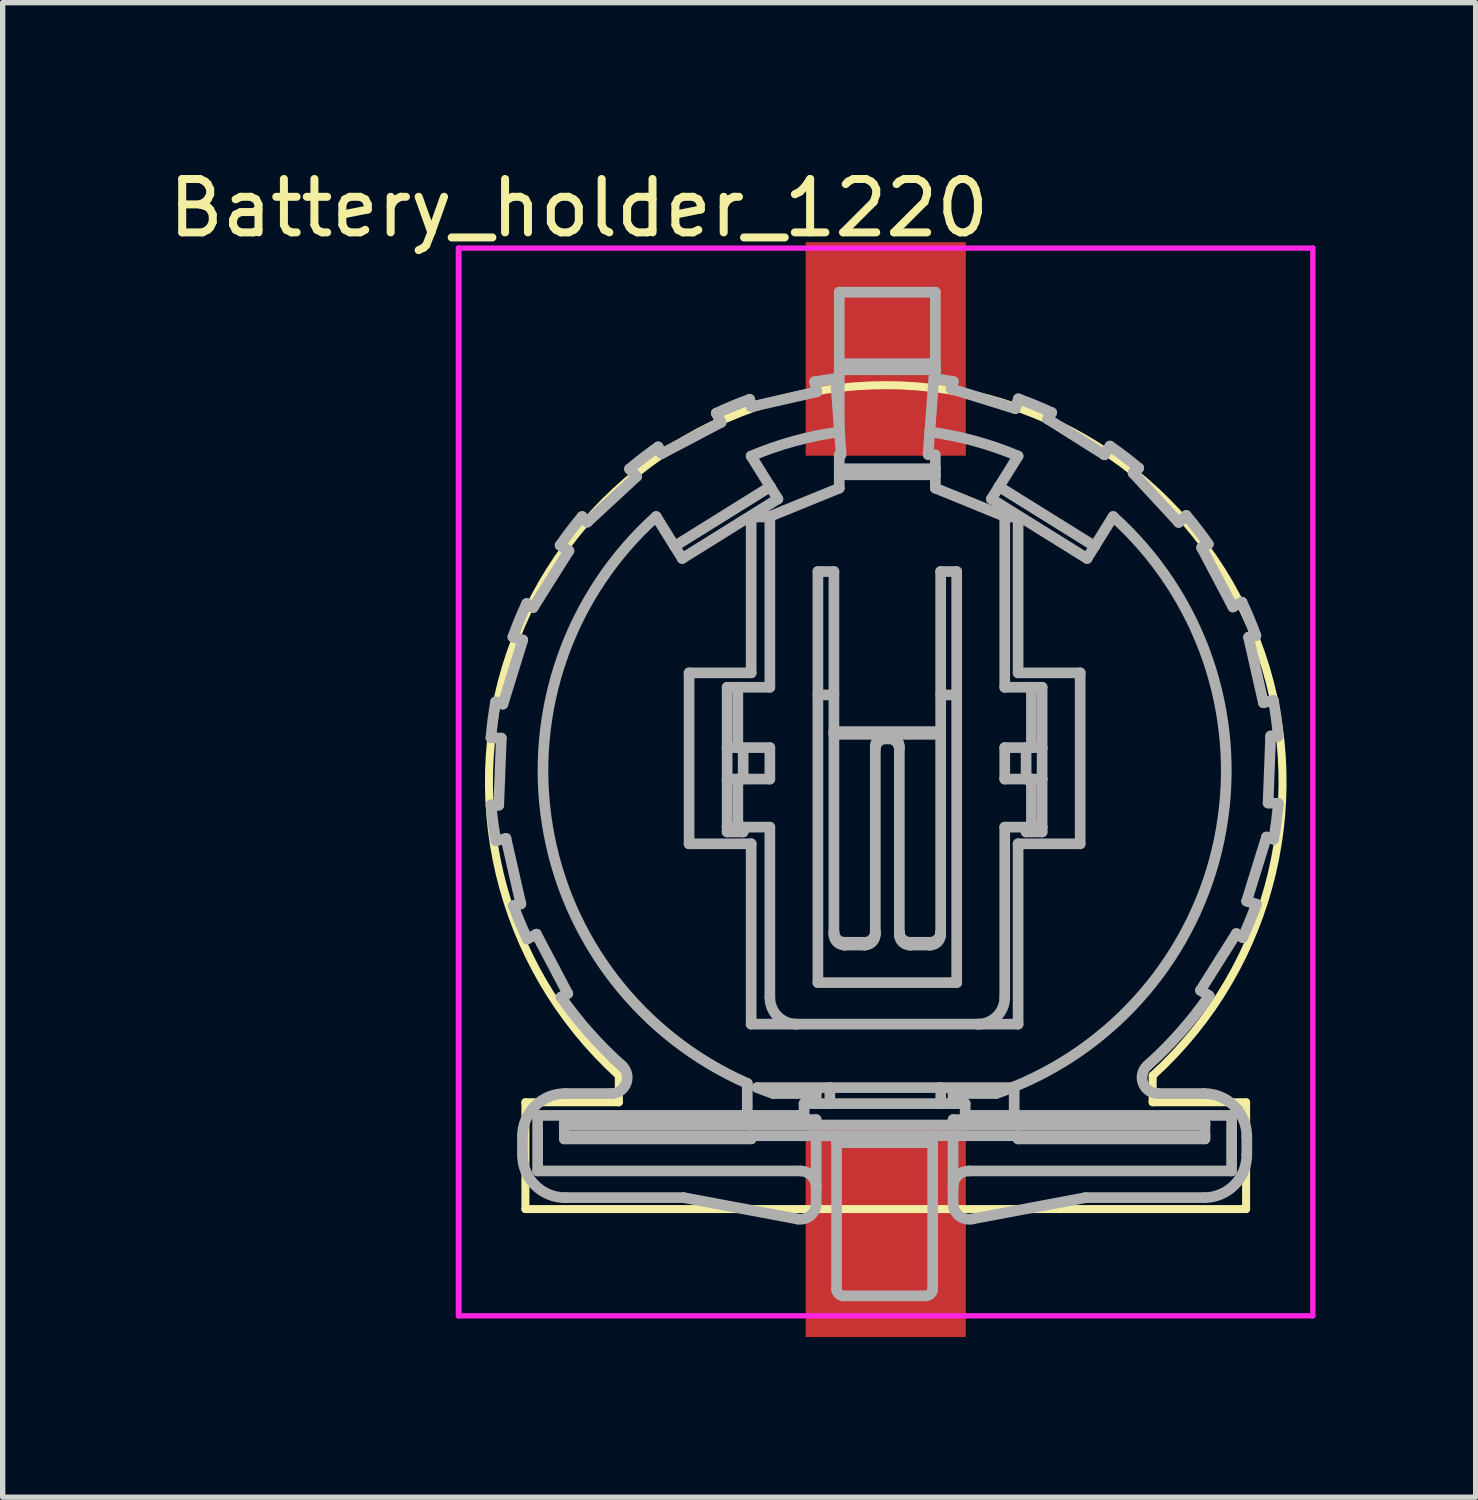
<source format=kicad_pcb>
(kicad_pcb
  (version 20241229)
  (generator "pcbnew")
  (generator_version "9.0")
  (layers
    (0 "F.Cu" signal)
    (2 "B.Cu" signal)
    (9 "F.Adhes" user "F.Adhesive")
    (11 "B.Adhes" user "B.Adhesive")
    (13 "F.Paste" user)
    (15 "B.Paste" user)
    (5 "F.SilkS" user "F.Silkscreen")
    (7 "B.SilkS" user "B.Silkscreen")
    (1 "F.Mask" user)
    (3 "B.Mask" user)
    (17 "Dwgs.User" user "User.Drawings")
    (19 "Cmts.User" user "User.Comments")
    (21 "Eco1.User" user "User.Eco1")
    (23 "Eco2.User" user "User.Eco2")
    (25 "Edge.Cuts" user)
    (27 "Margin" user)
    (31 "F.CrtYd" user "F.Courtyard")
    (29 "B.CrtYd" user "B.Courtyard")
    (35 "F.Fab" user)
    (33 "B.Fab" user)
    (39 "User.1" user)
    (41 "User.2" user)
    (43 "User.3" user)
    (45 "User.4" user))
  (footprint "Battery_holder_1220"
    (layer "F.Cu")
    (at 13.542 10.598)
    (property "Reference" "Battery_holder_1220" (at -5.75 -9.75 0) (layer "F.SilkS") (effects (font (size 1 1) (thickness 0.15))))
    (attr through_hole)
    (fp_line (start -6.75 7) (end -6.75 9) (stroke (width 0.15) (type solid)) (layer "F.SilkS"))
    (fp_line (start -6.75 9) (end 6.75 9) (stroke (width 0.15) (type solid)) (layer "F.SilkS"))
    (fp_line (start -5 6.5) (end -5 7) (stroke (width 0.15) (type solid)) (layer "F.SilkS"))
    (fp_line (start -5 7) (end -6.75 7) (stroke (width 0.15) (type solid)) (layer "F.SilkS"))
    (fp_line (start 5 7) (end 5 6.5) (stroke (width 0.15) (type solid)) (layer "F.SilkS"))
    (fp_line (start 6.75 7) (end 5 7) (stroke (width 0.15) (type solid)) (layer "F.SilkS"))
    (fp_line (start 6.75 9) (end 6.75 7) (stroke (width 0.15) (type solid)) (layer "F.SilkS"))
    (fp_arc (start -4.999999 6.499999) (mid 0 -6.433033) (end 4.999999 6.499999) (stroke (width 0.15) (type solid)) (layer "F.SilkS"))
    (fp_line (start -8 -9) (end 8 -9) (stroke (width 0.1) (type solid)) (layer "F.CrtYd"))
    (fp_line (start -8 11) (end -8 -9) (stroke (width 0.11) (type solid)) (layer "F.CrtYd"))
    (fp_line (start 8 -9) (end 8 11) (stroke (width 0.1) (type solid)) (layer "F.CrtYd"))
    (fp_line (start 8 11) (end -8 11) (stroke (width 0.1) (type solid)) (layer "F.CrtYd"))
    (fp_line (start -7.395 0.171) (end -7.201 0.179) (stroke (width 0.2) (type solid)) (layer "F.Fab"))
    (fp_line (start -7.303 2.101) (end -7.114 2.058) (stroke (width 0.2) (type solid)) (layer "F.Fab"))
    (fp_line (start -7.25 1.435) (end -7.393 1.429) (stroke (width 0.2) (type solid)) (layer "F.Fab"))
    (fp_line (start -7.201 0.179) (end -7.25 1.435) (stroke (width 0.2) (type solid)) (layer "F.Fab"))
    (fp_line (start -7.171 -0.458) (end -7.308 -0.501) (stroke (width 0.2) (type solid)) (layer "F.Fab"))
    (fp_line (start -7.114 2.058) (end -6.835 3.284) (stroke (width 0.2) (type solid)) (layer "F.Fab"))
    (fp_line (start -6.985 -1.717) (end -6.799 -1.659) (stroke (width 0.2) (type solid)) (layer "F.Fab"))
    (fp_line (start -6.835 3.284) (end -6.975 3.316) (stroke (width 0.2) (type solid)) (layer "F.Fab"))
    (fp_line (start -6.805 7.986) (end -6.805 7.636) (stroke (width 0.2) (type solid)) (layer "F.Fab"))
    (fp_line (start -6.799 -1.659) (end -7.171 -0.458) (stroke (width 0.2) (type solid)) (layer "F.Fab"))
    (fp_line (start -6.715 3.941) (end -6.543 3.851) (stroke (width 0.2) (type solid)) (layer "F.Fab"))
    (fp_line (start -6.605 -2.267) (end -6.727 -2.343) (stroke (width 0.2) (type solid)) (layer "F.Fab"))
    (fp_line (start -6.543 3.851) (end -5.957 4.963) (stroke (width 0.2) (type solid)) (layer "F.Fab"))
    (fp_line (start -6.521 8.286) (end -6.521 7.246) (stroke (width 0.2) (type solid)) (layer "F.Fab"))
    (fp_line (start -6.521 8.286) (end -1.603 8.286) (stroke (width 0.2) (type solid)) (layer "F.Fab"))
    (fp_line (start -6.1 -3.434) (end -5.935 -3.331) (stroke (width 0.2) (type solid)) (layer "F.Fab"))
    (fp_line (start -6.021 7.386) (end -2.521 7.386) (stroke (width 0.2) (type solid)) (layer "F.Fab"))
    (fp_line (start -6.021 7.426) (end -6.021 7.386) (stroke (width 0.2) (type solid)) (layer "F.Fab"))
    (fp_line (start -6.021 7.426) (end 5.979 7.426) (stroke (width 0.2) (type solid)) (layer "F.Fab"))
    (fp_line (start -6.021 7.626) (end -6.021 7.426) (stroke (width 0.2) (type solid)) (layer "F.Fab"))
    (fp_line (start -6.021 7.626) (end 5.979 7.626) (stroke (width 0.2) (type solid)) (layer "F.Fab"))
    (fp_line (start -6.021 7.686) (end -6.021 7.626) (stroke (width 0.2) (type solid)) (layer "F.Fab"))
    (fp_line (start -6.005 6.836) (end -5.142 6.836) (stroke (width 0.2) (type solid)) (layer "F.Fab"))
    (fp_line (start -5.957 4.963) (end -6.083 5.03) (stroke (width 0.2) (type solid)) (layer "F.Fab"))
    (fp_line (start -5.935 -3.331) (end -6.605 -2.267) (stroke (width 0.2) (type solid)) (layer "F.Fab"))
    (fp_line (start -5.591 -3.867) (end -5.688 -3.972) (stroke (width 0.2) (type solid)) (layer "F.Fab"))
    (fp_line (start -4.8 -4.864) (end -4.668 -4.721) (stroke (width 0.2) (type solid)) (layer "F.Fab"))
    (fp_line (start -4.668 -4.721) (end -5.591 -3.867) (stroke (width 0.2) (type solid)) (layer "F.Fab"))
    (fp_line (start -4.196 -5.151) (end -4.263 -5.277) (stroke (width 0.2) (type solid)) (layer "F.Fab"))
    (fp_line (start -3.955 -3.416) (end -4.301 -3.972) (stroke (width 0.2) (type solid)) (layer "F.Fab"))
    (fp_line (start -3.955 -3.416) (end -3.812 -3.187) (stroke (width 0.2) (type solid)) (layer "F.Fab"))
    (fp_line (start -3.955 -3.416) (end -2.164 -4.531) (stroke (width 0.2) (type solid)) (layer "F.Fab"))
    (fp_line (start -3.812 -3.187) (end -2.021 -4.302) (stroke (width 0.2) (type solid)) (layer "F.Fab"))
    (fp_line (start -3.785 8.786) (end -6.005 8.786) (stroke (width 0.2) (type solid)) (layer "F.Fab"))
    (fp_line (start -3.684 -1.044) (end -3.684 2.158) (stroke (width 0.2) (type solid)) (layer "F.Fab"))
    (fp_line (start -3.684 2.158) (end -2.521 2.158) (stroke (width 0.2) (type solid)) (layer "F.Fab"))
    (fp_line (start -3.175 -5.908) (end -3.084 -5.737) (stroke (width 0.2) (type solid)) (layer "F.Fab"))
    (fp_line (start -3.084 -5.737) (end -4.196 -5.151) (stroke (width 0.2) (type solid)) (layer "F.Fab"))
    (fp_line (start -2.971 -0.774) (end -2.771 -0.774) (stroke (width 0.2) (type solid)) (layer "F.Fab"))
    (fp_line (start -2.971 0.356) (end -2.971 -0.774) (stroke (width 0.2) (type solid)) (layer "F.Fab"))
    (fp_line (start -2.971 0.946) (end -2.971 0.356) (stroke (width 0.2) (type solid)) (layer "F.Fab"))
    (fp_line (start -2.971 0.946) (end -2.771 0.946) (stroke (width 0.2) (type solid)) (layer "F.Fab"))
    (fp_line (start -2.971 1.846) (end -2.971 0.946) (stroke (width 0.2) (type solid)) (layer "F.Fab"))
    (fp_line (start -2.971 1.936) (end -2.971 1.846) (stroke (width 0.2) (type solid)) (layer "F.Fab"))
    (fp_line (start -2.771 -0.774) (end -2.771 0.356) (stroke (width 0.2) (type solid)) (layer "F.Fab"))
    (fp_line (start -2.771 -0.774) (end -2.171 -0.774) (stroke (width 0.2) (type solid)) (layer "F.Fab"))
    (fp_line (start -2.771 0.356) (end -2.971 0.356) (stroke (width 0.2) (type solid)) (layer "F.Fab"))
    (fp_line (start -2.771 0.946) (end -2.771 1.846) (stroke (width 0.2) (type solid)) (layer "F.Fab"))
    (fp_line (start -2.771 0.946) (end -2.171 0.946) (stroke (width 0.2) (type solid)) (layer "F.Fab"))
    (fp_line (start -2.771 1.846) (end -2.971 1.846) (stroke (width 0.2) (type solid)) (layer "F.Fab"))
    (fp_line (start -2.671 0.356) (end -2.671 0.946) (stroke (width 0.2) (type solid)) (layer "F.Fab"))
    (fp_line (start -2.671 1.846) (end -2.671 1.936) (stroke (width 0.2) (type solid)) (layer "F.Fab"))
    (fp_line (start -2.671 1.936) (end -2.971 1.936) (stroke (width 0.2) (type solid)) (layer "F.Fab"))
    (fp_line (start -2.594 7.246) (end -6.521 7.246) (stroke (width 0.2) (type solid)) (layer "F.Fab"))
    (fp_line (start -2.594 7.246) (end -2.594 6.646) (stroke (width 0.2) (type solid)) (layer "F.Fab"))
    (fp_line (start -2.549 -6.168) (end -2.518 -6.029) (stroke (width 0.2) (type solid)) (layer "F.Fab"))
    (fp_line (start -2.521 -3.964) (end -2.521 -1.044) (stroke (width 0.2) (type solid)) (layer "F.Fab"))
    (fp_line (start -2.521 -1.044) (end -3.684 -1.044) (stroke (width 0.2) (type solid)) (layer "F.Fab"))
    (fp_line (start -2.521 2.158) (end -2.521 5.536) (stroke (width 0.2) (type solid)) (layer "F.Fab"))
    (fp_line (start -2.521 5.536) (end -1.671 5.536) (stroke (width 0.2) (type solid)) (layer "F.Fab"))
    (fp_line (start -2.521 7.386) (end -2.521 7.426) (stroke (width 0.2) (type solid)) (layer "F.Fab"))
    (fp_line (start -2.521 7.626) (end -2.521 7.686) (stroke (width 0.2) (type solid)) (layer "F.Fab"))
    (fp_line (start -2.521 7.686) (end -6.021 7.686) (stroke (width 0.2) (type solid)) (layer "F.Fab"))
    (fp_line (start -2.518 -6.029) (end -1.292 -6.308) (stroke (width 0.2) (type solid)) (layer "F.Fab"))
    (fp_line (start -2.407 6.725) (end -1.047 6.725) (stroke (width 0.2) (type solid)) (layer "F.Fab"))
    (fp_line (start -2.171 -3.974) (end -2.171 -0.774) (stroke (width 0.2) (type solid)) (layer "F.Fab"))
    (fp_line (start -2.171 -3.964) (end -2.521 -3.964) (stroke (width 0.2) (type solid)) (layer "F.Fab"))
    (fp_line (start -2.171 0.356) (end -2.771 0.356) (stroke (width 0.2) (type solid)) (layer "F.Fab"))
    (fp_line (start -2.171 0.946) (end -2.171 0.356) (stroke (width 0.2) (type solid)) (layer "F.Fab"))
    (fp_line (start -2.171 1.846) (end -2.771 1.846) (stroke (width 0.2) (type solid)) (layer "F.Fab"))
    (fp_line (start -2.171 5.036) (end -2.171 1.846) (stroke (width 0.2) (type solid)) (layer "F.Fab"))
    (fp_line (start -2.164 -4.531) (end -2.521 -5.105) (stroke (width 0.2) (type solid)) (layer "F.Fab"))
    (fp_line (start -2.164 -4.531) (end -2.021 -4.302) (stroke (width 0.2) (type solid)) (layer "F.Fab"))
    (fp_line (start -1.658 9.186) (end -3.785 8.786) (stroke (width 0.2) (type solid)) (layer "F.Fab"))
    (fp_line (start -1.53 7.025) (end -1.53 7.246) (stroke (width 0.2) (type solid)) (layer "F.Fab"))
    (fp_line (start -1.53 7.246) (end -2.594 7.246) (stroke (width 0.2) (type solid)) (layer "F.Fab"))
    (fp_line (start -1.53 7.325) (end -1.53 7.246) (stroke (width 0.2) (type solid)) (layer "F.Fab"))
    (fp_line (start -1.53 7.325) (end -1.303 7.325) (stroke (width 0.2) (type solid)) (layer "F.Fab"))
    (fp_line (start -1.303 6.836) (end -2.108 6.836) (stroke (width 0.2) (type solid)) (layer "F.Fab"))
    (fp_line (start -1.303 6.836) (end -1.303 7.025) (stroke (width 0.2) (type solid)) (layer "F.Fab"))
    (fp_line (start -1.303 7.025) (end -1.53 7.025) (stroke (width 0.2) (type solid)) (layer "F.Fab"))
    (fp_line (start -1.303 7.025) (end -1.047 7.025) (stroke (width 0.2) (type solid)) (layer "F.Fab"))
    (fp_line (start -1.303 7.426) (end -1.303 7.325) (stroke (width 0.2) (type solid)) (layer "F.Fab"))
    (fp_line (start -1.303 8.586) (end -1.303 7.626) (stroke (width 0.2) (type solid)) (layer "F.Fab"))
    (fp_line (start -1.303 8.892) (end -1.303 8.586) (stroke (width 0.2) (type solid)) (layer "F.Fab"))
    (fp_line (start -1.292 -6.308) (end -1.334 -6.496) (stroke (width 0.2) (type solid)) (layer "F.Fab"))
    (fp_line (start -1.271 -0.63) (end -0.971 -0.63) (stroke (width 0.2) (type solid)) (layer "F.Fab"))
    (fp_line (start -1.271 4.758) (end -1.271 -2.942) (stroke (width 0.2) (type solid)) (layer "F.Fab"))
    (fp_line (start -1.047 6.725) (end -1.047 7.025) (stroke (width 0.2) (type solid)) (layer "F.Fab"))
    (fp_line (start -1.047 6.725) (end 1.03 6.725) (stroke (width 0.2) (type solid)) (layer "F.Fab"))
    (fp_line (start -0.971 -2.942) (end -1.271 -2.942) (stroke (width 0.2) (type solid)) (layer "F.Fab"))
    (fp_line (start -0.971 0.056) (end -0.971 -2.942) (stroke (width 0.2) (type solid)) (layer "F.Fab"))
    (fp_line (start -0.971 0.056) (end 1.029 0.056) (stroke (width 0.2) (type solid)) (layer "F.Fab"))
    (fp_line (start -0.971 0.108) (end -0.971 0.056) (stroke (width 0.2) (type solid)) (layer "F.Fab"))
    (fp_line (start -0.971 3.81) (end -0.971 0.108) (stroke (width 0.2) (type solid)) (layer "F.Fab"))
    (fp_line (start -0.971 3.862) (end -0.971 3.81) (stroke (width 0.2) (type solid)) (layer "F.Fab"))
    (fp_line (start -0.921 7.756) (end -0.921 7.626) (stroke (width 0.2) (type solid)) (layer "F.Fab"))
    (fp_line (start -0.921 10.496) (end -0.921 7.756) (stroke (width 0.2) (type solid)) (layer "F.Fab"))
    (fp_line (start -0.871 -8.174) (end 0.929 -8.174) (stroke (width 0.2) (type solid)) (layer "F.Fab"))
    (fp_line (start -0.871 -6.835) (end -0.871 -8.174) (stroke (width 0.2) (type solid)) (layer "F.Fab"))
    (fp_line (start -0.871 -6.835) (end 0.929 -6.835) (stroke (width 0.2) (type solid)) (layer "F.Fab"))
    (fp_line (start -0.871 -6.721) (end -0.871 -6.835) (stroke (width 0.2) (type solid)) (layer "F.Fab"))
    (fp_line (start -0.871 -5.611) (end -0.871 -6.721) (stroke (width 0.2) (type solid)) (layer "F.Fab"))
    (fp_line (start -0.871 -4.868) (end -0.871 -5.13) (stroke (width 0.2) (type solid)) (layer "F.Fab"))
    (fp_line (start -0.871 -4.868) (end 0.929 -4.868) (stroke (width 0.2) (type solid)) (layer "F.Fab"))
    (fp_line (start -0.871 -4.754) (end -0.871 -4.868) (stroke (width 0.2) (type solid)) (layer "F.Fab"))
    (fp_line (start -0.871 -4.754) (end -0.871 -4.504) (stroke (width 0.2) (type solid)) (layer "F.Fab"))
    (fp_line (start -0.871 -4.504) (end -2.171 -3.974) (stroke (width 0.2) (type solid)) (layer "F.Fab"))
    (fp_line (start -0.867 -5.558) (end -0.942 -6.556) (stroke (width 0.2) (type solid)) (layer "F.Fab"))
    (fp_line (start -0.835 -5.13) (end -0.867 -5.558) (stroke (width 0.2) (type solid)) (layer "F.Fab"))
    (fp_line (start -0.771 4.003) (end -0.771 4.055) (stroke (width 0.2) (type solid)) (layer "F.Fab"))
    (fp_line (start -0.771 4.055) (end -0.396 4.055) (stroke (width 0.2) (type solid)) (layer "F.Fab"))
    (fp_line (start -0.396 4.003) (end -0.771 4.003) (stroke (width 0.2) (type solid)) (layer "F.Fab"))
    (fp_line (start -0.396 4.055) (end -0.396 4.003) (stroke (width 0.2) (type solid)) (layer "F.Fab"))
    (fp_line (start -0.196 0.333) (end -0.196 3.81) (stroke (width 0.2) (type solid)) (layer "F.Fab"))
    (fp_line (start -0.196 3.81) (end -0.196 3.862) (stroke (width 0.2) (type solid)) (layer "F.Fab"))
    (fp_line (start 0.004 0.139) (end 0.004 0.191) (stroke (width 0.2) (type solid)) (layer "F.Fab"))
    (fp_line (start 0.004 0.191) (end 0.054 0.191) (stroke (width 0.2) (type solid)) (layer "F.Fab"))
    (fp_line (start 0.054 0.139) (end 0.004 0.139) (stroke (width 0.2) (type solid)) (layer "F.Fab"))
    (fp_line (start 0.054 0.191) (end 0.054 0.139) (stroke (width 0.2) (type solid)) (layer "F.Fab"))
    (fp_line (start 0.254 3.81) (end 0.254 0.333) (stroke (width 0.2) (type solid)) (layer "F.Fab"))
    (fp_line (start 0.254 3.862) (end 0.254 3.81) (stroke (width 0.2) (type solid)) (layer "F.Fab"))
    (fp_line (start 0.454 4.003) (end 0.454 4.055) (stroke (width 0.2) (type solid)) (layer "F.Fab"))
    (fp_line (start 0.454 4.055) (end 0.829 4.055) (stroke (width 0.2) (type solid)) (layer "F.Fab"))
    (fp_line (start 0.749 10.626) (end -0.791 10.626) (stroke (width 0.2) (type solid)) (layer "F.Fab"))
    (fp_line (start 0.825 -5.558) (end 0.793 -5.13) (stroke (width 0.2) (type solid)) (layer "F.Fab"))
    (fp_line (start 0.829 4.003) (end 0.454 4.003) (stroke (width 0.2) (type solid)) (layer "F.Fab"))
    (fp_line (start 0.829 4.055) (end 0.829 4.003) (stroke (width 0.2) (type solid)) (layer "F.Fab"))
    (fp_line (start 0.879 7.626) (end 0.879 7.756) (stroke (width 0.2) (type solid)) (layer "F.Fab"))
    (fp_line (start 0.879 7.756) (end -0.921 7.756) (stroke (width 0.2) (type solid)) (layer "F.Fab"))
    (fp_line (start 0.879 10.496) (end 0.879 7.756) (stroke (width 0.2) (type solid)) (layer "F.Fab"))
    (fp_line (start 0.9 -6.556) (end 0.825 -5.558) (stroke (width 0.2) (type solid)) (layer "F.Fab"))
    (fp_line (start 0.929 -6.835) (end 0.929 -8.174) (stroke (width 0.2) (type solid)) (layer "F.Fab"))
    (fp_line (start 0.929 -6.835) (end 0.929 -6.721) (stroke (width 0.2) (type solid)) (layer "F.Fab"))
    (fp_line (start 0.929 -6.721) (end -0.871 -6.721) (stroke (width 0.2) (type solid)) (layer "F.Fab"))
    (fp_line (start 0.929 -6.552) (end 0.929 -6.721) (stroke (width 0.2) (type solid)) (layer "F.Fab"))
    (fp_line (start 0.929 -4.868) (end 0.929 -5.13) (stroke (width 0.2) (type solid)) (layer "F.Fab"))
    (fp_line (start 0.929 -4.868) (end 0.929 -4.754) (stroke (width 0.2) (type solid)) (layer "F.Fab"))
    (fp_line (start 0.929 -4.754) (end -0.871 -4.754) (stroke (width 0.2) (type solid)) (layer "F.Fab"))
    (fp_line (start 0.929 -4.504) (end 0.929 -4.754) (stroke (width 0.2) (type solid)) (layer "F.Fab"))
    (fp_line (start 1.029 -2.942) (end 1.029 0.056) (stroke (width 0.2) (type solid)) (layer "F.Fab"))
    (fp_line (start 1.029 -2.942) (end 1.329 -2.942) (stroke (width 0.2) (type solid)) (layer "F.Fab"))
    (fp_line (start 1.029 -0.63) (end 1.329 -0.63) (stroke (width 0.2) (type solid)) (layer "F.Fab"))
    (fp_line (start 1.029 0.056) (end 1.029 0.108) (stroke (width 0.2) (type solid)) (layer "F.Fab"))
    (fp_line (start 1.029 0.108) (end -0.971 0.108) (stroke (width 0.2) (type solid)) (layer "F.Fab"))
    (fp_line (start 1.029 0.108) (end 1.029 3.81) (stroke (width 0.2) (type solid)) (layer "F.Fab"))
    (fp_line (start 1.029 3.81) (end 1.029 3.862) (stroke (width 0.2) (type solid)) (layer "F.Fab"))
    (fp_line (start 1.03 6.725) (end 2.365 6.725) (stroke (width 0.2) (type solid)) (layer "F.Fab"))
    (fp_line (start 1.03 7.025) (end -1.047 7.025) (stroke (width 0.2) (type solid)) (layer "F.Fab"))
    (fp_line (start 1.03 7.025) (end 1.03 6.725) (stroke (width 0.2) (type solid)) (layer "F.Fab"))
    (fp_line (start 1.03 7.025) (end 1.261 7.025) (stroke (width 0.2) (type solid)) (layer "F.Fab"))
    (fp_line (start 1.225 -6.365) (end 2.426 -5.993) (stroke (width 0.2) (type solid)) (layer "F.Fab"))
    (fp_line (start 1.261 6.836) (end 2.066 6.836) (stroke (width 0.2) (type solid)) (layer "F.Fab"))
    (fp_line (start 1.261 7.025) (end 1.261 6.836) (stroke (width 0.2) (type solid)) (layer "F.Fab"))
    (fp_line (start 1.261 7.325) (end 1.488 7.325) (stroke (width 0.2) (type solid)) (layer "F.Fab"))
    (fp_line (start 1.261 7.426) (end 1.261 7.325) (stroke (width 0.2) (type solid)) (layer "F.Fab"))
    (fp_line (start 1.261 8.586) (end 1.261 7.626) (stroke (width 0.2) (type solid)) (layer "F.Fab"))
    (fp_line (start 1.261 8.586) (end 1.261 8.892) (stroke (width 0.2) (type solid)) (layer "F.Fab"))
    (fp_line (start 1.267 -6.501) (end 1.225 -6.365) (stroke (width 0.2) (type solid)) (layer "F.Fab"))
    (fp_line (start 1.329 -2.942) (end 1.329 4.758) (stroke (width 0.2) (type solid)) (layer "F.Fab"))
    (fp_line (start 1.329 4.758) (end -1.271 4.758) (stroke (width 0.2) (type solid)) (layer "F.Fab"))
    (fp_line (start 1.488 7.025) (end 1.261 7.025) (stroke (width 0.2) (type solid)) (layer "F.Fab"))
    (fp_line (start 1.488 7.246) (end 1.488 7.025) (stroke (width 0.2) (type solid)) (layer "F.Fab"))
    (fp_line (start 1.488 7.325) (end 1.488 7.246) (stroke (width 0.2) (type solid)) (layer "F.Fab"))
    (fp_line (start 1.561 8.286) (end 6.479 8.286) (stroke (width 0.2) (type solid)) (layer "F.Fab"))
    (fp_line (start 1.729 5.536) (end -1.671 5.536) (stroke (width 0.2) (type solid)) (layer "F.Fab"))
    (fp_line (start 1.729 5.536) (end 2.479 5.536) (stroke (width 0.2) (type solid)) (layer "F.Fab"))
    (fp_line (start 1.979 -4.302) (end 3.77 -3.187) (stroke (width 0.2) (type solid)) (layer "F.Fab"))
    (fp_line (start 2.122 -4.531) (end 1.979 -4.302) (stroke (width 0.2) (type solid)) (layer "F.Fab"))
    (fp_line (start 2.122 -4.531) (end 2.479 -5.105) (stroke (width 0.2) (type solid)) (layer "F.Fab"))
    (fp_line (start 2.122 -4.531) (end 3.913 -3.416) (stroke (width 0.2) (type solid)) (layer "F.Fab"))
    (fp_line (start 2.229 -3.974) (end 0.929 -4.504) (stroke (width 0.2) (type solid)) (layer "F.Fab"))
    (fp_line (start 2.229 -0.774) (end 2.229 -3.974) (stroke (width 0.2) (type solid)) (layer "F.Fab"))
    (fp_line (start 2.229 0.356) (end 2.229 0.946) (stroke (width 0.2) (type solid)) (layer "F.Fab"))
    (fp_line (start 2.229 0.946) (end 2.729 0.946) (stroke (width 0.2) (type solid)) (layer "F.Fab"))
    (fp_line (start 2.229 1.846) (end 2.229 5.036) (stroke (width 0.2) (type solid)) (layer "F.Fab"))
    (fp_line (start 2.406 6.708) (end 2.406 7.246) (stroke (width 0.2) (type solid)) (layer "F.Fab"))
    (fp_line (start 2.406 7.246) (end 1.488 7.246) (stroke (width 0.2) (type solid)) (layer "F.Fab"))
    (fp_line (start 2.406 7.246) (end 6.479 7.246) (stroke (width 0.2) (type solid)) (layer "F.Fab"))
    (fp_line (start 2.426 -5.993) (end 2.483 -6.177) (stroke (width 0.2) (type solid)) (layer "F.Fab"))
    (fp_line (start 2.479 -3.964) (end 2.229 -3.964) (stroke (width 0.2) (type solid)) (layer "F.Fab"))
    (fp_line (start 2.479 -1.044) (end 2.479 -3.964) (stroke (width 0.2) (type solid)) (layer "F.Fab"))
    (fp_line (start 2.479 2.158) (end 3.642 2.158) (stroke (width 0.2) (type solid)) (layer "F.Fab"))
    (fp_line (start 2.479 5.536) (end 2.479 2.158) (stroke (width 0.2) (type solid)) (layer "F.Fab"))
    (fp_line (start 2.479 7.386) (end 5.979 7.386) (stroke (width 0.2) (type solid)) (layer "F.Fab"))
    (fp_line (start 2.479 7.426) (end 2.479 7.386) (stroke (width 0.2) (type solid)) (layer "F.Fab"))
    (fp_line (start 2.479 7.686) (end 2.479 7.626) (stroke (width 0.2) (type solid)) (layer "F.Fab"))
    (fp_line (start 2.629 0.356) (end 2.629 0.946) (stroke (width 0.2) (type solid)) (layer "F.Fab"))
    (fp_line (start 2.629 1.846) (end 2.629 1.936) (stroke (width 0.2) (type solid)) (layer "F.Fab"))
    (fp_line (start 2.629 1.936) (end 2.929 1.936) (stroke (width 0.2) (type solid)) (layer "F.Fab"))
    (fp_line (start 2.729 -0.774) (end 2.229 -0.774) (stroke (width 0.2) (type solid)) (layer "F.Fab"))
    (fp_line (start 2.729 -0.774) (end 2.929 -0.774) (stroke (width 0.2) (type solid)) (layer "F.Fab"))
    (fp_line (start 2.729 0.356) (end 2.229 0.356) (stroke (width 0.2) (type solid)) (layer "F.Fab"))
    (fp_line (start 2.729 0.356) (end 2.729 -0.774) (stroke (width 0.2) (type solid)) (layer "F.Fab"))
    (fp_line (start 2.729 0.946) (end 2.929 0.946) (stroke (width 0.2) (type solid)) (layer "F.Fab"))
    (fp_line (start 2.729 1.846) (end 2.229 1.846) (stroke (width 0.2) (type solid)) (layer "F.Fab"))
    (fp_line (start 2.729 1.846) (end 2.729 0.946) (stroke (width 0.2) (type solid)) (layer "F.Fab"))
    (fp_line (start 2.929 -0.774) (end 2.929 0.356) (stroke (width 0.2) (type solid)) (layer "F.Fab"))
    (fp_line (start 2.929 0.356) (end 2.729 0.356) (stroke (width 0.2) (type solid)) (layer "F.Fab"))
    (fp_line (start 2.929 0.946) (end 2.929 0.356) (stroke (width 0.2) (type solid)) (layer "F.Fab"))
    (fp_line (start 2.929 0.946) (end 2.929 1.846) (stroke (width 0.2) (type solid)) (layer "F.Fab"))
    (fp_line (start 2.929 1.846) (end 2.729 1.846) (stroke (width 0.2) (type solid)) (layer "F.Fab"))
    (fp_line (start 2.929 1.936) (end 2.929 1.846) (stroke (width 0.2) (type solid)) (layer "F.Fab"))
    (fp_line (start 3.033 -5.799) (end 4.097 -5.129) (stroke (width 0.2) (type solid)) (layer "F.Fab"))
    (fp_line (start 3.109 -5.919) (end 3.033 -5.799) (stroke (width 0.2) (type solid)) (layer "F.Fab"))
    (fp_line (start 3.642 -1.044) (end 2.479 -1.044) (stroke (width 0.2) (type solid)) (layer "F.Fab"))
    (fp_line (start 3.642 2.158) (end 3.642 -1.044) (stroke (width 0.2) (type solid)) (layer "F.Fab"))
    (fp_line (start 3.743 8.786) (end 1.616 9.186) (stroke (width 0.2) (type solid)) (layer "F.Fab"))
    (fp_line (start 3.913 -3.416) (end 3.77 -3.187) (stroke (width 0.2) (type solid)) (layer "F.Fab"))
    (fp_line (start 3.913 -3.416) (end 4.259 -3.972) (stroke (width 0.2) (type solid)) (layer "F.Fab"))
    (fp_line (start 4.097 -5.129) (end 4.2 -5.292) (stroke (width 0.2) (type solid)) (layer "F.Fab"))
    (fp_line (start 4.634 -4.785) (end 5.488 -3.862) (stroke (width 0.2) (type solid)) (layer "F.Fab"))
    (fp_line (start 4.738 -4.881) (end 4.634 -4.785) (stroke (width 0.2) (type solid)) (layer "F.Fab"))
    (fp_line (start 5.488 -3.862) (end 5.629 -3.993) (stroke (width 0.2) (type solid)) (layer "F.Fab"))
    (fp_line (start 5.896 4.903) (end 6.058 5.006) (stroke (width 0.2) (type solid)) (layer "F.Fab"))
    (fp_line (start 5.917 -3.39) (end 6.503 -2.278) (stroke (width 0.2) (type solid)) (layer "F.Fab"))
    (fp_line (start 5.963 6.836) (end 5.1 6.836) (stroke (width 0.2) (type solid)) (layer "F.Fab"))
    (fp_line (start 5.963 8.786) (end 3.743 8.786) (stroke (width 0.2) (type solid)) (layer "F.Fab"))
    (fp_line (start 5.979 7.386) (end 5.979 7.426) (stroke (width 0.2) (type solid)) (layer "F.Fab"))
    (fp_line (start 5.979 7.626) (end 5.979 7.426) (stroke (width 0.2) (type solid)) (layer "F.Fab"))
    (fp_line (start 5.979 7.626) (end 5.979 7.686) (stroke (width 0.2) (type solid)) (layer "F.Fab"))
    (fp_line (start 5.979 7.686) (end 2.479 7.686) (stroke (width 0.2) (type solid)) (layer "F.Fab"))
    (fp_line (start 6.042 -3.456) (end 5.917 -3.39) (stroke (width 0.2) (type solid)) (layer "F.Fab"))
    (fp_line (start 6.479 7.246) (end 6.479 8.286) (stroke (width 0.2) (type solid)) (layer "F.Fab"))
    (fp_line (start 6.503 -2.278) (end 6.673 -2.368) (stroke (width 0.2) (type solid)) (layer "F.Fab"))
    (fp_line (start 6.566 3.84) (end 5.896 4.903) (stroke (width 0.2) (type solid)) (layer "F.Fab"))
    (fp_line (start 6.685 3.915) (end 6.566 3.84) (stroke (width 0.2) (type solid)) (layer "F.Fab"))
    (fp_line (start 6.76 3.232) (end 6.943 3.289) (stroke (width 0.2) (type solid)) (layer "F.Fab"))
    (fp_line (start 6.763 7.636) (end 6.763 7.986) (stroke (width 0.2) (type solid)) (layer "F.Fab"))
    (fp_line (start 6.796 -1.711) (end 7.074 -0.485) (stroke (width 0.2) (type solid)) (layer "F.Fab"))
    (fp_line (start 6.933 -1.743) (end 6.796 -1.711) (stroke (width 0.2) (type solid)) (layer "F.Fab"))
    (fp_line (start 7.074 -0.485) (end 7.261 -0.528) (stroke (width 0.2) (type solid)) (layer "F.Fab"))
    (fp_line (start 7.132 2.031) (end 6.76 3.232) (stroke (width 0.2) (type solid)) (layer "F.Fab"))
    (fp_line (start 7.162 1.394) (end 7.353 1.401) (stroke (width 0.2) (type solid)) (layer "F.Fab"))
    (fp_line (start 7.21 0.138) (end 7.162 1.394) (stroke (width 0.2) (type solid)) (layer "F.Fab"))
    (fp_line (start 7.266 2.073) (end 7.132 2.031) (stroke (width 0.2) (type solid)) (layer "F.Fab"))
    (fp_line (start 7.351 0.143) (end 7.21 0.138) (stroke (width 0.2) (type solid)) (layer "F.Fab"))
    (fp_arc (start -7.395396 0.171289) (mid -7.359498 -0.165742) (end -7.308204 -0.500775) (stroke (width 0.2) (type solid)) (layer "F.Fab"))
    (fp_arc (start -7.303249 2.101195) (mid -7.355818 1.766359) (end -7.393 1.429467) (stroke (width 0.2) (type solid)) (layer "F.Fab"))
    (fp_arc (start -6.984826 -1.716685) (mid -6.862912 -2.032925) (end -6.726645 -2.34325) (stroke (width 0.2) (type solid)) (layer "F.Fab"))
    (fp_arc (start -6.804774 7.636338) (mid -6.570459 7.070653) (end -6.004774 6.836338) (stroke (width 0.2) (type solid)) (layer "F.Fab"))
    (fp_arc (start -6.714674 3.941448) (mid -6.852122 3.631642) (end -6.975241 3.315868) (stroke (width 0.2) (type solid)) (layer "F.Fab"))
    (fp_arc (start -6.099543 -3.434007) (mid -5.899936 -3.707892) (end -5.687999 -3.972351) (stroke (width 0.2) (type solid)) (layer "F.Fab"))
    (fp_arc (start -6.004774 8.786338) (mid -6.570459 8.552023) (end -6.804774 7.986338) (stroke (width 0.2) (type solid)) (layer "F.Fab"))
    (fp_arc (start -4.942749 6.312312) (mid -4.861915 6.64309) (end -5.142279 6.836338) (stroke (width 0.2) (type solid)) (layer "F.Fab"))
    (fp_arc (start -4.942748 6.312312) (mid -5.550391 5.704246) (end -6.083417 5.029815) (stroke (width 0.2) (type solid)) (layer "F.Fab"))
    (fp_arc (start -4.799929 -4.863603) (mid -4.536253 -5.076467) (end -4.263109 -5.277036) (stroke (width 0.2) (type solid)) (layer "F.Fab"))
    (fp_arc (start -3.174611 -5.908043) (mid -2.864857 -6.045388) (end -2.549141 -6.168409) (stroke (width 0.2) (type solid)) (layer "F.Fab"))
    (fp_arc (start -2.594014 6.646338) (mid -6.339871 1.802151) (end -4.301 -3.971981) (stroke (width 0.2) (type solid)) (layer "F.Fab"))
    (fp_arc (start -2.521 -5.105182) (mid -1.709202 -5.38699) (end -0.866968 -5.557505) (stroke (width 0.2) (type solid)) (layer "F.Fab"))
    (fp_arc (start -2.108462 6.836338) (mid -2.258202 6.782581) (end -2.406559 6.725118) (stroke (width 0.2) (type solid)) (layer "F.Fab"))
    (fp_arc (start -1.671 5.536338) (mid -2.024553 5.389891) (end -2.171 5.036338) (stroke (width 0.2) (type solid)) (layer "F.Fab"))
    (fp_arc (start -1.602889 8.286338) (mid -1.390757 8.374206) (end -1.302889 8.586338) (stroke (width 0.2) (type solid)) (layer "F.Fab"))
    (fp_arc (start -1.334412 -6.496172) (mid -1.138635 -6.528776) (end -0.942054 -6.556118) (stroke (width 0.2) (type solid)) (layer "F.Fab"))
    (fp_arc (start -1.302889 8.891566) (mid -1.411369 9.122478) (end -1.658357 9.186394) (stroke (width 0.2) (type solid)) (layer "F.Fab"))
    (fp_arc (start -0.791 10.626338) (mid -0.882924 10.588262) (end -0.921 10.496338) (stroke (width 0.2) (type solid)) (layer "F.Fab"))
    (fp_arc (start -0.770999 4.003185) (mid -0.910992 3.947996) (end -0.971 3.81) (stroke (width 0.2) (type solid)) (layer "F.Fab"))
    (fp_arc (start -0.770999 4.054949) (mid -0.910992 3.99976) (end -0.971 3.861764) (stroke (width 0.2) (type solid)) (layer "F.Fab"))
    (fp_arc (start -0.196 0.384431) (mid -0.135993 0.246434) (end 0.004 0.191245) (stroke (width 0.2) (type solid)) (layer "F.Fab"))
    (fp_arc (start -0.195999 0.332667) (mid -0.135992 0.194671) (end 0.004 0.139482) (stroke (width 0.2) (type solid)) (layer "F.Fab"))
    (fp_arc (start -0.195999 3.81) (mid -0.256007 3.947997) (end -0.396 4.003185) (stroke (width 0.2) (type solid)) (layer "F.Fab"))
    (fp_arc (start -0.195999 3.861764) (mid -0.256007 3.999761) (end -0.396 4.054949) (stroke (width 0.2) (type solid)) (layer "F.Fab"))
    (fp_arc (start 0.054001 0.139482) (mid 0.193993 0.194671) (end 0.254 0.332667) (stroke (width 0.2) (type solid)) (layer "F.Fab"))
    (fp_arc (start 0.054001 0.191246) (mid 0.193993 0.246435) (end 0.254 0.384431) (stroke (width 0.2) (type solid)) (layer "F.Fab"))
    (fp_arc (start 0.454001 4.003185) (mid 0.314008 3.947996) (end 0.254 3.81) (stroke (width 0.2) (type solid)) (layer "F.Fab"))
    (fp_arc (start 0.454001 4.054949) (mid 0.314008 3.99976) (end 0.254 3.861764) (stroke (width 0.2) (type solid)) (layer "F.Fab"))
    (fp_arc (start 0.824968 -5.557504) (mid 1.667202 -5.386989) (end 2.479 -5.105181) (stroke (width 0.2) (type solid)) (layer "F.Fab"))
    (fp_arc (start 0.879 10.496338) (mid 0.840924 10.588262) (end 0.749 10.626338) (stroke (width 0.2) (type solid)) (layer "F.Fab"))
    (fp_arc (start 0.900054 -6.556118) (mid 1.083832 -6.530721) (end 1.266915 -6.500724) (stroke (width 0.2) (type solid)) (layer "F.Fab"))
    (fp_arc (start 1.029001 3.81) (mid 0.968993 3.947997) (end 0.829 4.003185) (stroke (width 0.2) (type solid)) (layer "F.Fab"))
    (fp_arc (start 1.029001 3.861764) (mid 0.968993 3.999761) (end 0.829 4.054949) (stroke (width 0.2) (type solid)) (layer "F.Fab"))
    (fp_arc (start 1.26089 8.586338) (mid 1.348758 8.374206) (end 1.56089 8.286338) (stroke (width 0.2) (type solid)) (layer "F.Fab"))
    (fp_arc (start 1.616358 9.186394) (mid 1.36937 9.122478) (end 1.26089 8.891566) (stroke (width 0.2) (type solid)) (layer "F.Fab"))
    (fp_arc (start 2.229 5.036338) (mid 2.082553 5.389891) (end 1.729 5.536338) (stroke (width 0.2) (type solid)) (layer "F.Fab"))
    (fp_arc (start 2.36456 6.725118) (mid 2.216203 6.782581) (end 2.066463 6.836338) (stroke (width 0.2) (type solid)) (layer "F.Fab"))
    (fp_arc (start 2.482784 -6.177215) (mid 2.798815 -6.055346) (end 3.108939 -5.919144) (stroke (width 0.2) (type solid)) (layer "F.Fab"))
    (fp_arc (start 4.199661 -5.291987) (mid 4.473357 -5.092503) (end 4.737638 -4.880705) (stroke (width 0.2) (type solid)) (layer "F.Fab"))
    (fp_arc (start 4.259 -3.971982) (mid 6.284797 1.880383) (end 2.405987 6.708309) (stroke (width 0.2) (type solid)) (layer "F.Fab"))
    (fp_arc (start 5.100279 6.836338) (mid 4.819915 6.64309) (end 4.900749 6.312312) (stroke (width 0.2) (type solid)) (layer "F.Fab"))
    (fp_arc (start 5.628899 -3.992642) (mid 5.841628 -3.729147) (end 6.042079 -3.456195) (stroke (width 0.2) (type solid)) (layer "F.Fab"))
    (fp_arc (start 5.962775 6.836338) (mid 6.52846 7.070653) (end 6.762775 7.636338) (stroke (width 0.2) (type solid)) (layer "F.Fab"))
    (fp_arc (start 6.05829 5.005608) (mid 5.518186 5.693213) (end 4.900749 6.312312) (stroke (width 0.2) (type solid)) (layer "F.Fab"))
    (fp_arc (start 6.673163 -2.367737) (mid 6.810449 -2.058186) (end 6.933429 -1.742678) (stroke (width 0.2) (type solid)) (layer "F.Fab"))
    (fp_arc (start 6.762775 7.986338) (mid 6.52846 8.552023) (end 5.962775 8.786338) (stroke (width 0.2) (type solid)) (layer "F.Fab"))
    (fp_arc (start 6.943072 3.288678) (mid 6.821301 3.604656) (end 6.685202 3.914733) (stroke (width 0.2) (type solid)) (layer "F.Fab"))
    (fp_arc (start 7.261346 -0.527984) (mid 7.313848 -0.19346) (end 7.350992 0.143115) (stroke (width 0.2) (type solid)) (layer "F.Fab"))
    (fp_arc (start 7.353404 1.401293) (mid 7.317551 1.738008) (end 7.266331 2.072731) (stroke (width 0.2) (type solid)) (layer "F.Fab"))
    (pad "1" smd rect (at 0 9.398) (size 3 4) (layers "F.Cu" "F.Mask" "F.Paste"))
    (pad "2" smd rect (at 0 -7.112) (size 3 4) (layers "F.Cu" "F.Mask" "F.Paste")))
  (gr_rect
    (start -3 -3)
    (end 24.592 24.996)
    (stroke (width 0.1) (type default))
    (fill no)
    (layer "Edge.Cuts")))
</source>
